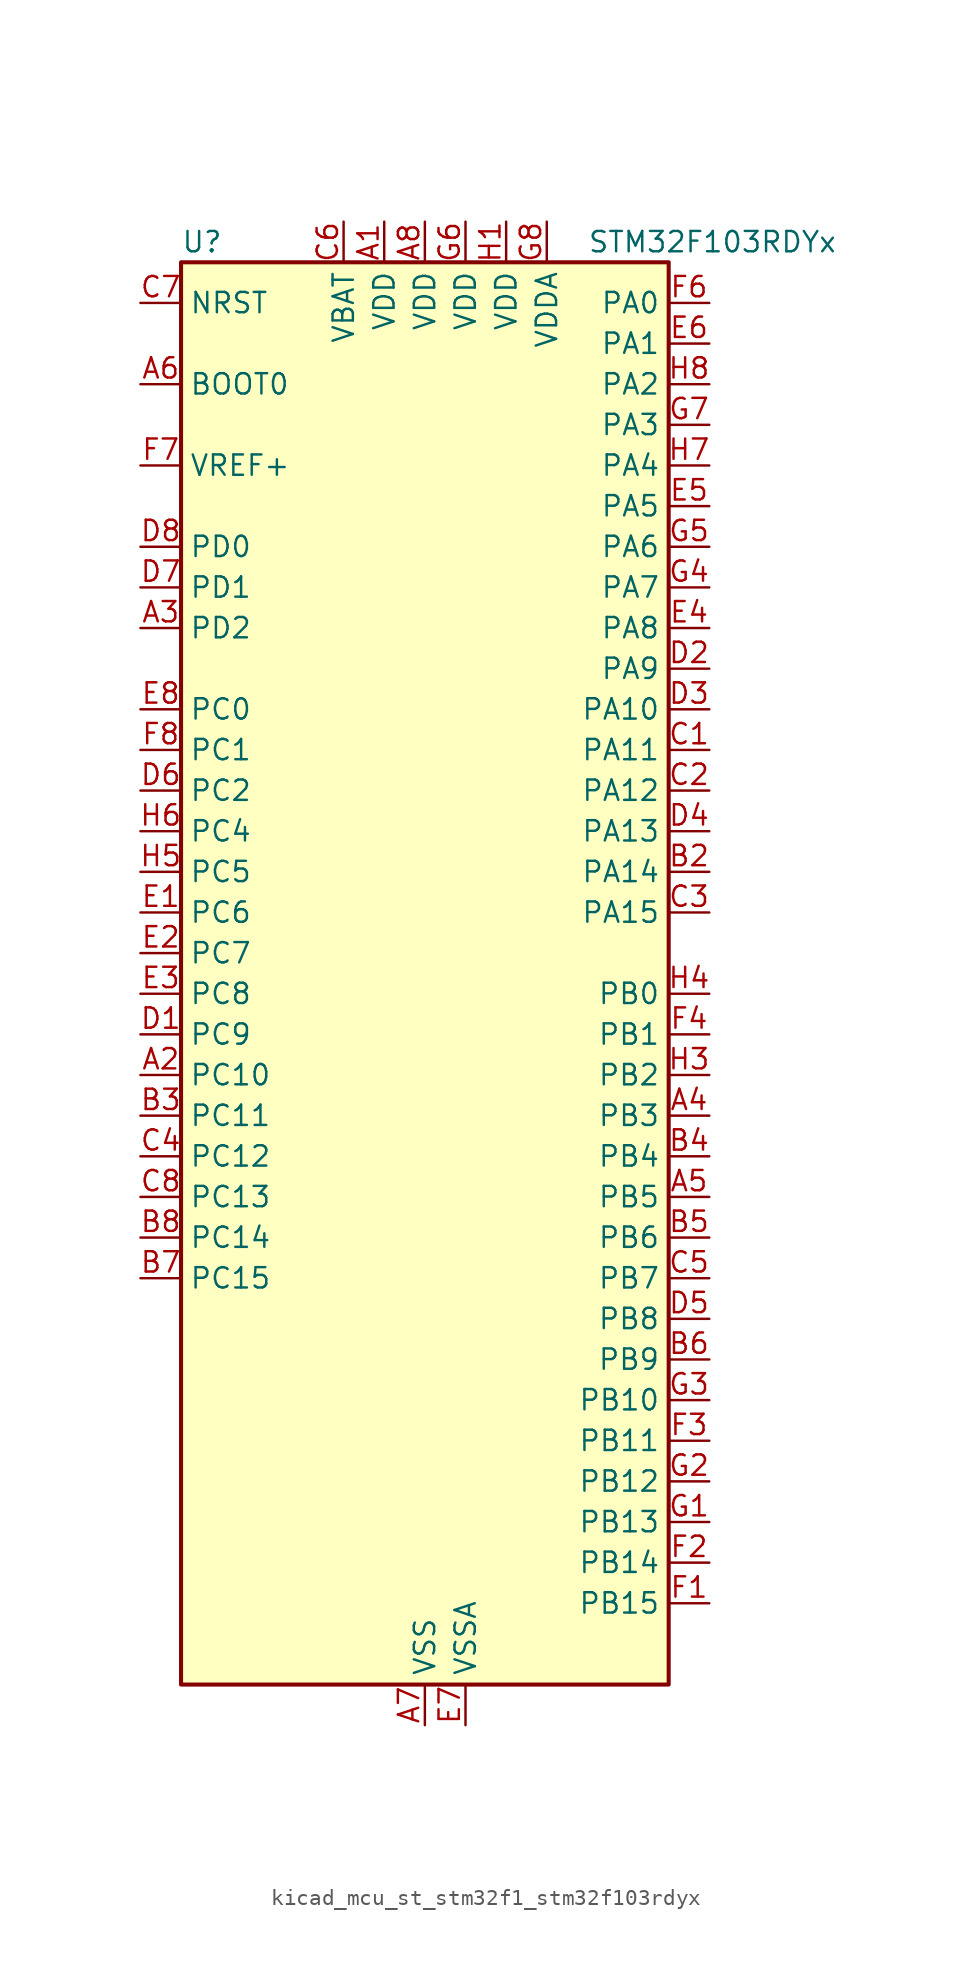
<source format=kicad_sym>
(kicad_symbol_lib
  (version 20220914)
  (generator kicad_symbol_editor)
  (symbol "kicad_mcu_st_stm32f1_stm32f103rdyx"
    (property "Reference" "U"
      (at -15.24 46.99 0)
      (effects (font (size 1.27 1.27)) (justify left)))
    (property "Value" "STM32F103RDYx"
      (at 10.16 46.99 0)
      (effects (font (size 1.27 1.27)) (justify left)))
    (property "ki_locked" ""
      (at 0 0 0)
      (effects (font (size 1.27 1.27))))
    (symbol "kicad_mcu_st_stm32f1_stm32f103rdyx_0_1"
      (rectangle (start -15.24 -43.18) (end 15.24 45.72) (stroke (width 0.254) (type default)) (fill (type background))))
    (symbol "kicad_mcu_st_stm32f1_stm32f103rdyx_1_1"
      (pin power_in line (at -2.54 48.26 270) (length 2.54) (name "VDD" (effects (font (size 1.27 1.27)))) (number "A1" (effects (font (size 1.27 1.27)))))
      (pin bidirectional line (at -17.78 -5.08 0) (length 2.54) (name "PC10" (effects (font (size 1.27 1.27)))) (number "A2" (effects (font (size 1.27 1.27)))) (alternate "SDIO_D2" bidirectional line) (alternate "UART4_TX" bidirectional line) (alternate "USART3_TX" bidirectional line))
      (pin bidirectional line (at -17.78 22.86 0) (length 2.54) (name "PD2" (effects (font (size 1.27 1.27)))) (number "A3" (effects (font (size 1.27 1.27)))) (alternate "SDIO_CMD" bidirectional line) (alternate "TIM3_ETR" bidirectional line) (alternate "UART5_RX" bidirectional line))
      (pin bidirectional line (at 17.78 -7.62 180) (length 2.54) (name "PB3" (effects (font (size 1.27 1.27)))) (number "A4" (effects (font (size 1.27 1.27)))) (alternate "I2S3_CK" bidirectional line) (alternate "SPI1_SCK" bidirectional line) (alternate "SPI3_SCK" bidirectional line) (alternate "SYS_JTDO-TRACESWO" bidirectional line) (alternate "TIM2_CH2" bidirectional line))
      (pin bidirectional line (at 17.78 -12.7 180) (length 2.54) (name "PB5" (effects (font (size 1.27 1.27)))) (number "A5" (effects (font (size 1.27 1.27)))) (alternate "I2C1_SMBA" bidirectional line) (alternate "I2S3_SD" bidirectional line) (alternate "SPI1_MOSI" bidirectional line) (alternate "SPI3_MOSI" bidirectional line) (alternate "TIM3_CH2" bidirectional line))
      (pin input line (at -17.78 38.1 0) (length 2.54) (name "BOOT0" (effects (font (size 1.27 1.27)))) (number "A6" (effects (font (size 1.27 1.27)))))
      (pin power_in line (at 0 -45.72 90) (length 2.54) (name "VSS" (effects (font (size 1.27 1.27)))) (number "A7" (effects (font (size 1.27 1.27)))))
      (pin power_in line (at 0 48.26 270) (length 2.54) (name "VDD" (effects (font (size 1.27 1.27)))) (number "A8" (effects (font (size 1.27 1.27)))))
      (pin passive line (at 0 -45.72 90) (length 2.54) hide (name "VSS" (effects (font (size 1.27 1.27)))) (number "B1" (effects (font (size 1.27 1.27)))))
      (pin bidirectional line (at 17.78 7.62 180) (length 2.54) (name "PA14" (effects (font (size 1.27 1.27)))) (number "B2" (effects (font (size 1.27 1.27)))) (alternate "SYS_JTCK-SWCLK" bidirectional line))
      (pin bidirectional line (at -17.78 -7.62 0) (length 2.54) (name "PC11" (effects (font (size 1.27 1.27)))) (number "B3" (effects (font (size 1.27 1.27)))) (alternate "ADC1_EXTI11" bidirectional line) (alternate "ADC2_EXTI11" bidirectional line) (alternate "SDIO_D3" bidirectional line) (alternate "UART4_RX" bidirectional line) (alternate "USART3_RX" bidirectional line))
      (pin bidirectional line (at 17.78 -10.16 180) (length 2.54) (name "PB4" (effects (font (size 1.27 1.27)))) (number "B4" (effects (font (size 1.27 1.27)))) (alternate "SPI1_MISO" bidirectional line) (alternate "SPI3_MISO" bidirectional line) (alternate "SYS_NJTRST" bidirectional line) (alternate "TIM3_CH1" bidirectional line))
      (pin bidirectional line (at 17.78 -15.24 180) (length 2.54) (name "PB6" (effects (font (size 1.27 1.27)))) (number "B5" (effects (font (size 1.27 1.27)))) (alternate "I2C1_SCL" bidirectional line) (alternate "TIM4_CH1" bidirectional line) (alternate "USART1_TX" bidirectional line))
      (pin bidirectional line (at 17.78 -22.86 180) (length 2.54) (name "PB9" (effects (font (size 1.27 1.27)))) (number "B6" (effects (font (size 1.27 1.27)))) (alternate "CAN_TX" bidirectional line) (alternate "DAC_EXTI9" bidirectional line) (alternate "I2C1_SDA" bidirectional line) (alternate "SDIO_D5" bidirectional line) (alternate "TIM4_CH4" bidirectional line))
      (pin bidirectional line (at -17.78 -17.78 0) (length 2.54) (name "PC15" (effects (font (size 1.27 1.27)))) (number "B7" (effects (font (size 1.27 1.27)))) (alternate "ADC1_EXTI15" bidirectional line) (alternate "ADC2_EXTI15" bidirectional line) (alternate "RCC_OSC32_OUT" bidirectional line))
      (pin bidirectional line (at -17.78 -15.24 0) (length 2.54) (name "PC14" (effects (font (size 1.27 1.27)))) (number "B8" (effects (font (size 1.27 1.27)))) (alternate "RCC_OSC32_IN" bidirectional line))
      (pin bidirectional line (at 17.78 15.24 180) (length 2.54) (name "PA11" (effects (font (size 1.27 1.27)))) (number "C1" (effects (font (size 1.27 1.27)))) (alternate "ADC1_EXTI11" bidirectional line) (alternate "ADC2_EXTI11" bidirectional line) (alternate "CAN_RX" bidirectional line) (alternate "TIM1_CH4" bidirectional line) (alternate "USART1_CTS" bidirectional line) (alternate "USB_DM" bidirectional line))
      (pin bidirectional line (at 17.78 12.7 180) (length 2.54) (name "PA12" (effects (font (size 1.27 1.27)))) (number "C2" (effects (font (size 1.27 1.27)))) (alternate "CAN_TX" bidirectional line) (alternate "TIM1_ETR" bidirectional line) (alternate "USART1_RTS" bidirectional line) (alternate "USB_DP" bidirectional line))
      (pin bidirectional line (at 17.78 5.08 180) (length 2.54) (name "PA15" (effects (font (size 1.27 1.27)))) (number "C3" (effects (font (size 1.27 1.27)))) (alternate "ADC1_EXTI15" bidirectional line) (alternate "ADC2_EXTI15" bidirectional line) (alternate "I2S3_WS" bidirectional line) (alternate "SPI1_NSS" bidirectional line) (alternate "SPI3_NSS" bidirectional line) (alternate "SYS_JTDI" bidirectional line) (alternate "TIM2_CH1" bidirectional line) (alternate "TIM2_ETR" bidirectional line))
      (pin bidirectional line (at -17.78 -10.16 0) (length 2.54) (name "PC12" (effects (font (size 1.27 1.27)))) (number "C4" (effects (font (size 1.27 1.27)))) (alternate "SDIO_CK" bidirectional line) (alternate "UART5_TX" bidirectional line) (alternate "USART3_CK" bidirectional line))
      (pin bidirectional line (at 17.78 -17.78 180) (length 2.54) (name "PB7" (effects (font (size 1.27 1.27)))) (number "C5" (effects (font (size 1.27 1.27)))) (alternate "I2C1_SDA" bidirectional line) (alternate "TIM4_CH2" bidirectional line) (alternate "USART1_RX" bidirectional line))
      (pin power_in line (at -5.08 48.26 270) (length 2.54) (name "VBAT" (effects (font (size 1.27 1.27)))) (number "C6" (effects (font (size 1.27 1.27)))))
      (pin input line (at -17.78 43.18 0) (length 2.54) (name "NRST" (effects (font (size 1.27 1.27)))) (number "C7" (effects (font (size 1.27 1.27)))))
      (pin bidirectional line (at -17.78 -12.7 0) (length 2.54) (name "PC13" (effects (font (size 1.27 1.27)))) (number "C8" (effects (font (size 1.27 1.27)))) (alternate "RTC_OUT" bidirectional line) (alternate "RTC_TAMPER" bidirectional line))
      (pin bidirectional line (at -17.78 -2.54 0) (length 2.54) (name "PC9" (effects (font (size 1.27 1.27)))) (number "D1" (effects (font (size 1.27 1.27)))) (alternate "DAC_EXTI9" bidirectional line) (alternate "SDIO_D1" bidirectional line) (alternate "TIM3_CH4" bidirectional line) (alternate "TIM8_CH4" bidirectional line))
      (pin bidirectional line (at 17.78 20.32 180) (length 2.54) (name "PA9" (effects (font (size 1.27 1.27)))) (number "D2" (effects (font (size 1.27 1.27)))) (alternate "DAC_EXTI9" bidirectional line) (alternate "TIM1_CH2" bidirectional line) (alternate "USART1_TX" bidirectional line))
      (pin bidirectional line (at 17.78 17.78 180) (length 2.54) (name "PA10" (effects (font (size 1.27 1.27)))) (number "D3" (effects (font (size 1.27 1.27)))) (alternate "TIM1_CH3" bidirectional line) (alternate "USART1_RX" bidirectional line))
      (pin bidirectional line (at 17.78 10.16 180) (length 2.54) (name "PA13" (effects (font (size 1.27 1.27)))) (number "D4" (effects (font (size 1.27 1.27)))) (alternate "SYS_JTMS-SWDIO" bidirectional line))
      (pin bidirectional line (at 17.78 -20.32 180) (length 2.54) (name "PB8" (effects (font (size 1.27 1.27)))) (number "D5" (effects (font (size 1.27 1.27)))) (alternate "CAN_RX" bidirectional line) (alternate "I2C1_SCL" bidirectional line) (alternate "SDIO_D4" bidirectional line) (alternate "TIM4_CH3" bidirectional line))
      (pin bidirectional line (at -17.78 12.7 0) (length 2.54) (name "PC2" (effects (font (size 1.27 1.27)))) (number "D6" (effects (font (size 1.27 1.27)))) (alternate "ADC1_IN12" bidirectional line) (alternate "ADC2_IN12" bidirectional line) (alternate "ADC3_IN12" bidirectional line))
      (pin bidirectional line (at -17.78 25.4 0) (length 2.54) (name "PD1" (effects (font (size 1.27 1.27)))) (number "D7" (effects (font (size 1.27 1.27)))) (alternate "RCC_OSC_OUT" bidirectional line))
      (pin bidirectional line (at -17.78 27.94 0) (length 2.54) (name "PD0" (effects (font (size 1.27 1.27)))) (number "D8" (effects (font (size 1.27 1.27)))) (alternate "RCC_OSC_IN" bidirectional line))
      (pin bidirectional line (at -17.78 5.08 0) (length 2.54) (name "PC6" (effects (font (size 1.27 1.27)))) (number "E1" (effects (font (size 1.27 1.27)))) (alternate "I2S2_MCK" bidirectional line) (alternate "SDIO_D6" bidirectional line) (alternate "TIM3_CH1" bidirectional line) (alternate "TIM8_CH1" bidirectional line))
      (pin bidirectional line (at -17.78 2.54 0) (length 2.54) (name "PC7" (effects (font (size 1.27 1.27)))) (number "E2" (effects (font (size 1.27 1.27)))) (alternate "I2S3_MCK" bidirectional line) (alternate "SDIO_D7" bidirectional line) (alternate "TIM3_CH2" bidirectional line) (alternate "TIM8_CH2" bidirectional line))
      (pin bidirectional line (at -17.78 0 0) (length 2.54) (name "PC8" (effects (font (size 1.27 1.27)))) (number "E3" (effects (font (size 1.27 1.27)))) (alternate "SDIO_D0" bidirectional line) (alternate "TIM3_CH3" bidirectional line) (alternate "TIM8_CH3" bidirectional line))
      (pin bidirectional line (at 17.78 22.86 180) (length 2.54) (name "PA8" (effects (font (size 1.27 1.27)))) (number "E4" (effects (font (size 1.27 1.27)))) (alternate "RCC_MCO" bidirectional line) (alternate "TIM1_CH1" bidirectional line) (alternate "USART1_CK" bidirectional line))
      (pin bidirectional line (at 17.78 30.48 180) (length 2.54) (name "PA5" (effects (font (size 1.27 1.27)))) (number "E5" (effects (font (size 1.27 1.27)))) (alternate "ADC1_IN5" bidirectional line) (alternate "ADC2_IN5" bidirectional line) (alternate "DAC_OUT2" bidirectional line) (alternate "SPI1_SCK" bidirectional line))
      (pin bidirectional line (at 17.78 40.64 180) (length 2.54) (name "PA1" (effects (font (size 1.27 1.27)))) (number "E6" (effects (font (size 1.27 1.27)))) (alternate "ADC1_IN1" bidirectional line) (alternate "ADC2_IN1" bidirectional line) (alternate "ADC3_IN1" bidirectional line) (alternate "TIM2_CH2" bidirectional line) (alternate "TIM5_CH2" bidirectional line) (alternate "USART2_RTS" bidirectional line))
      (pin power_in line (at 2.54 -45.72 90) (length 2.54) (name "VSSA" (effects (font (size 1.27 1.27)))) (number "E7" (effects (font (size 1.27 1.27)))))
      (pin bidirectional line (at -17.78 17.78 0) (length 2.54) (name "PC0" (effects (font (size 1.27 1.27)))) (number "E8" (effects (font (size 1.27 1.27)))) (alternate "ADC1_IN10" bidirectional line) (alternate "ADC2_IN10" bidirectional line) (alternate "ADC3_IN10" bidirectional line))
      (pin bidirectional line (at 17.78 -38.1 180) (length 2.54) (name "PB15" (effects (font (size 1.27 1.27)))) (number "F1" (effects (font (size 1.27 1.27)))) (alternate "ADC1_EXTI15" bidirectional line) (alternate "ADC2_EXTI15" bidirectional line) (alternate "I2S2_SD" bidirectional line) (alternate "SPI2_MOSI" bidirectional line) (alternate "TIM1_CH3N" bidirectional line))
      (pin bidirectional line (at 17.78 -35.56 180) (length 2.54) (name "PB14" (effects (font (size 1.27 1.27)))) (number "F2" (effects (font (size 1.27 1.27)))) (alternate "SPI2_MISO" bidirectional line) (alternate "TIM1_CH2N" bidirectional line) (alternate "USART3_RTS" bidirectional line))
      (pin bidirectional line (at 17.78 -27.94 180) (length 2.54) (name "PB11" (effects (font (size 1.27 1.27)))) (number "F3" (effects (font (size 1.27 1.27)))) (alternate "ADC1_EXTI11" bidirectional line) (alternate "ADC2_EXTI11" bidirectional line) (alternate "I2C2_SDA" bidirectional line) (alternate "TIM2_CH4" bidirectional line) (alternate "USART3_RX" bidirectional line))
      (pin bidirectional line (at 17.78 -2.54 180) (length 2.54) (name "PB1" (effects (font (size 1.27 1.27)))) (number "F4" (effects (font (size 1.27 1.27)))) (alternate "ADC1_IN9" bidirectional line) (alternate "ADC2_IN9" bidirectional line) (alternate "TIM1_CH3N" bidirectional line) (alternate "TIM3_CH4" bidirectional line) (alternate "TIM8_CH3N" bidirectional line))
      (pin passive line (at 0 -45.72 90) (length 2.54) hide (name "VSS" (effects (font (size 1.27 1.27)))) (number "F5" (effects (font (size 1.27 1.27)))))
      (pin bidirectional line (at 17.78 43.18 180) (length 2.54) (name "PA0" (effects (font (size 1.27 1.27)))) (number "F6" (effects (font (size 1.27 1.27)))) (alternate "ADC1_IN0" bidirectional line) (alternate "ADC2_IN0" bidirectional line) (alternate "ADC3_IN0" bidirectional line) (alternate "SYS_WKUP" bidirectional line) (alternate "TIM2_CH1" bidirectional line) (alternate "TIM2_ETR" bidirectional line) (alternate "TIM5_CH1" bidirectional line) (alternate "TIM8_ETR" bidirectional line) (alternate "USART2_CTS" bidirectional line))
      (pin input line (at -17.78 33.02 0) (length 2.54) (name "VREF+" (effects (font (size 1.27 1.27)))) (number "F7" (effects (font (size 1.27 1.27)))))
      (pin bidirectional line (at -17.78 15.24 0) (length 2.54) (name "PC1" (effects (font (size 1.27 1.27)))) (number "F8" (effects (font (size 1.27 1.27)))) (alternate "ADC1_IN11" bidirectional line) (alternate "ADC2_IN11" bidirectional line) (alternate "ADC3_IN11" bidirectional line))
      (pin bidirectional line (at 17.78 -33.02 180) (length 2.54) (name "PB13" (effects (font (size 1.27 1.27)))) (number "G1" (effects (font (size 1.27 1.27)))) (alternate "I2S2_CK" bidirectional line) (alternate "SPI2_SCK" bidirectional line) (alternate "TIM1_CH1N" bidirectional line) (alternate "USART3_CTS" bidirectional line))
      (pin bidirectional line (at 17.78 -30.48 180) (length 2.54) (name "PB12" (effects (font (size 1.27 1.27)))) (number "G2" (effects (font (size 1.27 1.27)))) (alternate "I2C2_SMBA" bidirectional line) (alternate "I2S2_WS" bidirectional line) (alternate "SPI2_NSS" bidirectional line) (alternate "TIM1_BKIN" bidirectional line) (alternate "USART3_CK" bidirectional line))
      (pin bidirectional line (at 17.78 -25.4 180) (length 2.54) (name "PB10" (effects (font (size 1.27 1.27)))) (number "G3" (effects (font (size 1.27 1.27)))) (alternate "I2C2_SCL" bidirectional line) (alternate "TIM2_CH3" bidirectional line) (alternate "USART3_TX" bidirectional line))
      (pin bidirectional line (at 17.78 25.4 180) (length 2.54) (name "PA7" (effects (font (size 1.27 1.27)))) (number "G4" (effects (font (size 1.27 1.27)))) (alternate "ADC1_IN7" bidirectional line) (alternate "ADC2_IN7" bidirectional line) (alternate "SPI1_MOSI" bidirectional line) (alternate "TIM1_CH1N" bidirectional line) (alternate "TIM3_CH2" bidirectional line) (alternate "TIM8_CH1N" bidirectional line))
      (pin bidirectional line (at 17.78 27.94 180) (length 2.54) (name "PA6" (effects (font (size 1.27 1.27)))) (number "G5" (effects (font (size 1.27 1.27)))) (alternate "ADC1_IN6" bidirectional line) (alternate "ADC2_IN6" bidirectional line) (alternate "SPI1_MISO" bidirectional line) (alternate "TIM1_BKIN" bidirectional line) (alternate "TIM3_CH1" bidirectional line) (alternate "TIM8_BKIN" bidirectional line))
      (pin power_in line (at 2.54 48.26 270) (length 2.54) (name "VDD" (effects (font (size 1.27 1.27)))) (number "G6" (effects (font (size 1.27 1.27)))))
      (pin bidirectional line (at 17.78 35.56 180) (length 2.54) (name "PA3" (effects (font (size 1.27 1.27)))) (number "G7" (effects (font (size 1.27 1.27)))) (alternate "ADC1_IN3" bidirectional line) (alternate "ADC2_IN3" bidirectional line) (alternate "ADC3_IN3" bidirectional line) (alternate "TIM2_CH4" bidirectional line) (alternate "TIM5_CH4" bidirectional line) (alternate "USART2_RX" bidirectional line))
      (pin power_in line (at 7.62 48.26 270) (length 2.54) (name "VDDA" (effects (font (size 1.27 1.27)))) (number "G8" (effects (font (size 1.27 1.27)))))
      (pin power_in line (at 5.08 48.26 270) (length 2.54) (name "VDD" (effects (font (size 1.27 1.27)))) (number "H1" (effects (font (size 1.27 1.27)))))
      (pin passive line (at 0 -45.72 90) (length 2.54) hide (name "VSS" (effects (font (size 1.27 1.27)))) (number "H2" (effects (font (size 1.27 1.27)))))
      (pin bidirectional line (at 17.78 -5.08 180) (length 2.54) (name "PB2" (effects (font (size 1.27 1.27)))) (number "H3" (effects (font (size 1.27 1.27)))))
      (pin bidirectional line (at 17.78 0 180) (length 2.54) (name "PB0" (effects (font (size 1.27 1.27)))) (number "H4" (effects (font (size 1.27 1.27)))) (alternate "ADC1_IN8" bidirectional line) (alternate "ADC2_IN8" bidirectional line) (alternate "TIM1_CH2N" bidirectional line) (alternate "TIM3_CH3" bidirectional line) (alternate "TIM8_CH2N" bidirectional line))
      (pin bidirectional line (at -17.78 7.62 0) (length 2.54) (name "PC5" (effects (font (size 1.27 1.27)))) (number "H5" (effects (font (size 1.27 1.27)))) (alternate "ADC1_IN15" bidirectional line) (alternate "ADC2_IN15" bidirectional line))
      (pin bidirectional line (at -17.78 10.16 0) (length 2.54) (name "PC4" (effects (font (size 1.27 1.27)))) (number "H6" (effects (font (size 1.27 1.27)))) (alternate "ADC1_IN14" bidirectional line) (alternate "ADC2_IN14" bidirectional line))
      (pin bidirectional line (at 17.78 33.02 180) (length 2.54) (name "PA4" (effects (font (size 1.27 1.27)))) (number "H7" (effects (font (size 1.27 1.27)))) (alternate "ADC1_IN4" bidirectional line) (alternate "ADC2_IN4" bidirectional line) (alternate "DAC_OUT1" bidirectional line) (alternate "SPI1_NSS" bidirectional line) (alternate "USART2_CK" bidirectional line))
      (pin bidirectional line (at 17.78 38.1 180) (length 2.54) (name "PA2" (effects (font (size 1.27 1.27)))) (number "H8" (effects (font (size 1.27 1.27)))) (alternate "ADC1_IN2" bidirectional line) (alternate "ADC2_IN2" bidirectional line) (alternate "ADC3_IN2" bidirectional line) (alternate "TIM2_CH3" bidirectional line) (alternate "TIM5_CH3" bidirectional line) (alternate "USART2_TX" bidirectional line)))))
</source>
